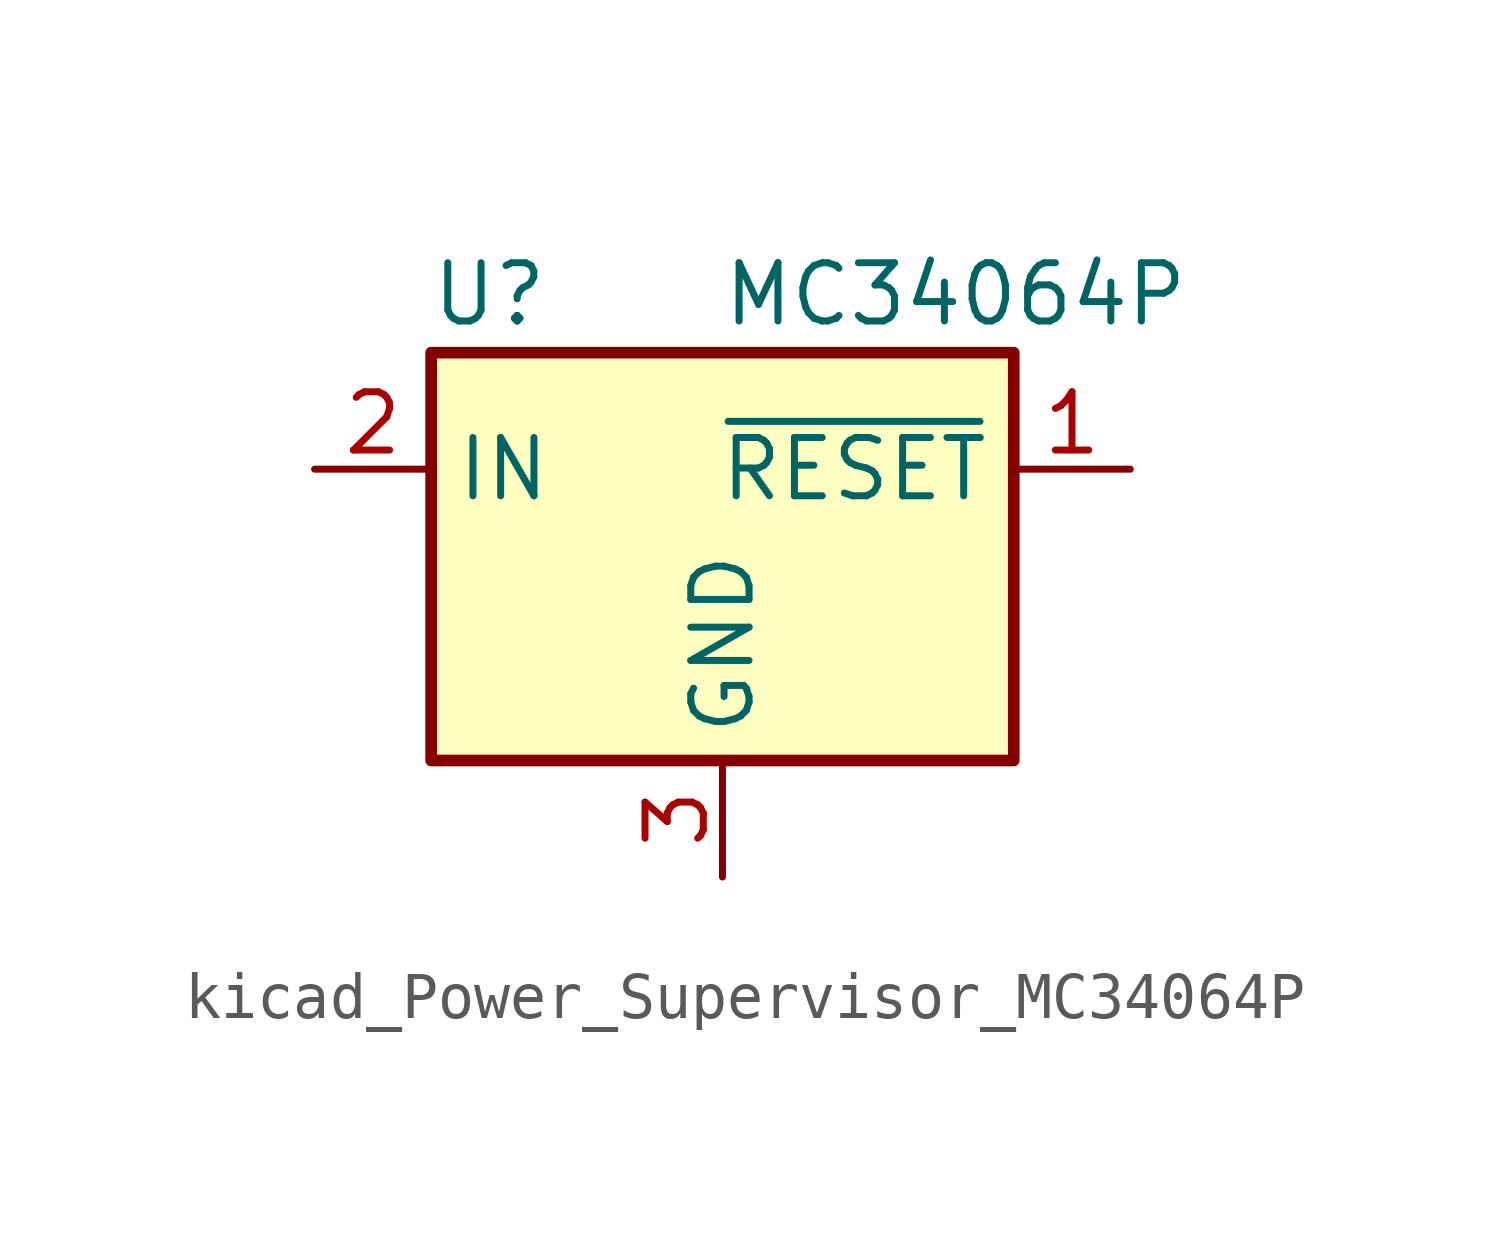
<source format=kicad_sym>
(kicad_symbol_lib
  (version 20220914)
  (generator kicad_symbol_editor)
  (symbol "kicad_Power_Supervisor_MC34064P"
    (property "Reference" "U"
      (at -5.08 5.08 0)
      (effects (font (size 1.27 1.27))))
    (property "Value" "MC34064P"
      (at 5.08 5.08 0)
      (effects (font (size 1.27 1.27))))
    (symbol "kicad_Power_Supervisor_MC34064P_0_1"
      (rectangle (start -6.35 -5.08) (end 6.35 3.81) (stroke (width 0.254) (type default)) (fill (type background))))
    (symbol "kicad_Power_Supervisor_MC34064P_1_1"
      (pin open_collector line (at 8.89 1.27 180) (length 2.54) (name "~{RESET}" (effects (font (size 1.27 1.27)))) (number "1" (effects (font (size 1.27 1.27)))))
      (pin input line (at -8.89 1.27 0) (length 2.54) (name "IN" (effects (font (size 1.27 1.27)))) (number "2" (effects (font (size 1.27 1.27)))))
      (pin input line (at 0 -7.62 90) (length 2.54) (name "GND" (effects (font (size 1.27 1.27)))) (number "3" (effects (font (size 1.27 1.27))))))))
</source>
